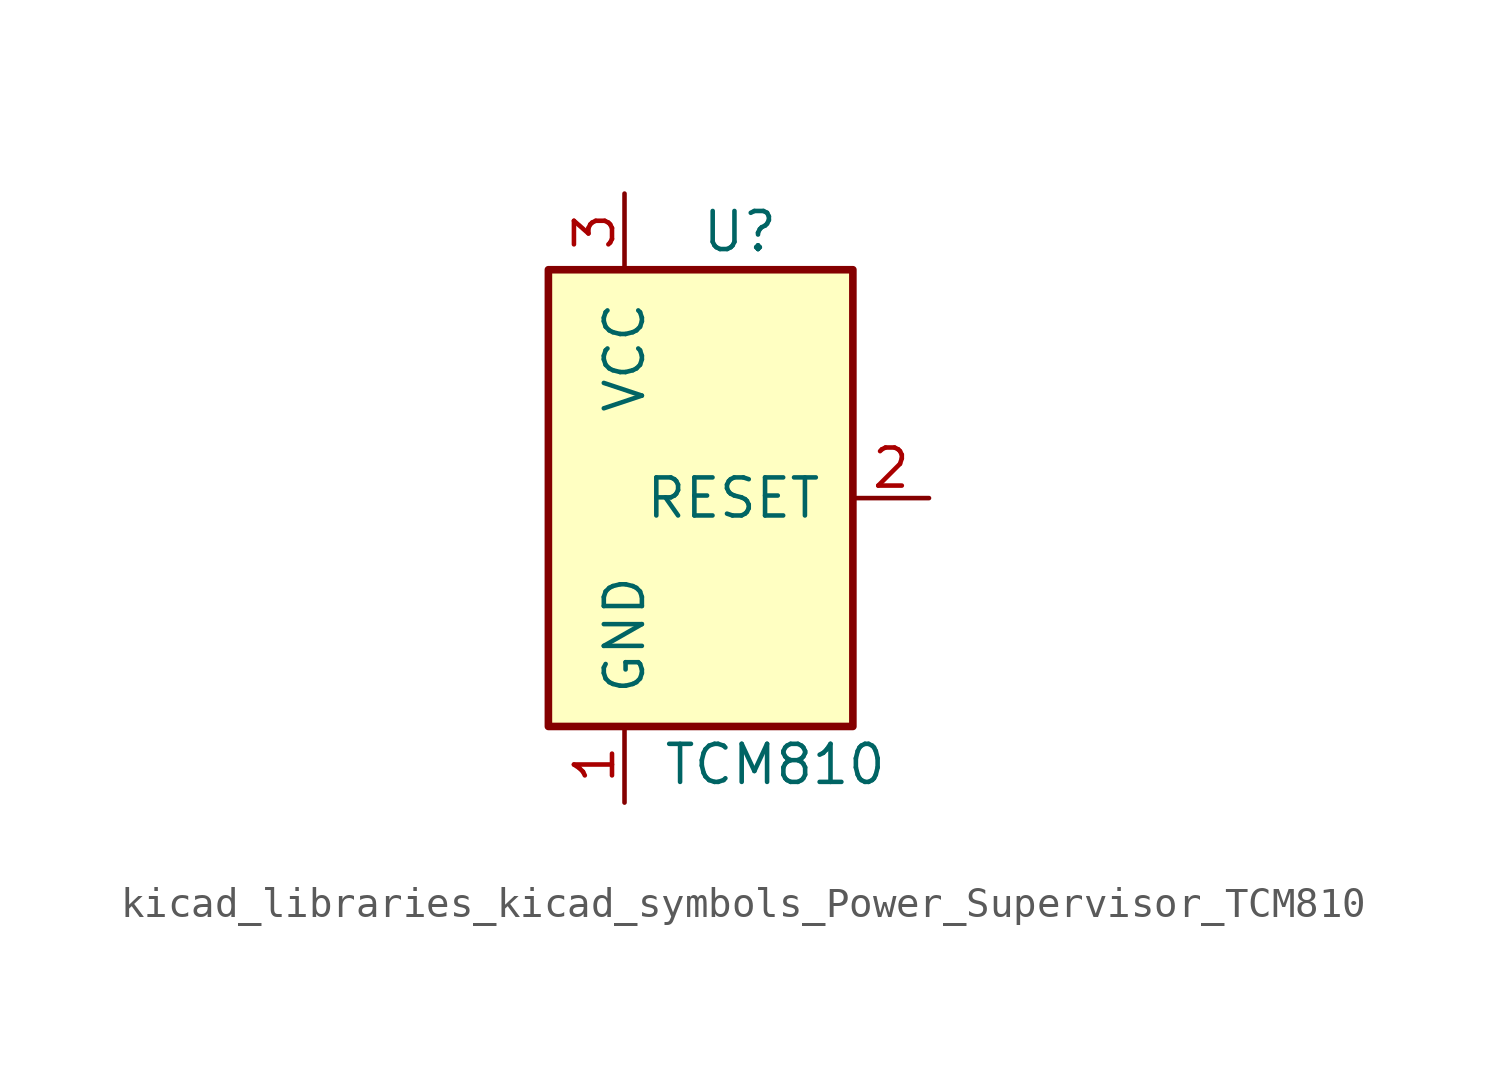
<source format=kicad_sym>
(kicad_symbol_lib
  (version 20220914)
  (generator kicad_symbol_editor)
  (symbol "kicad_libraries_kicad_symbols_Power_Supervisor_TCM810"
    (pin_names
      (offset 1.016))
    (property "Reference" "U"
      (at 0 8.89 0)
      (effects (font (size 1.27 1.27)) (justify left)))
    (property "Value" "TCM810"
      (at -1.27 -8.89 0)
      (effects (font (size 1.27 1.27)) (justify left)))
    (symbol "kicad_libraries_kicad_symbols_Power_Supervisor_TCM810_1_1"
      (rectangle (start -5.08 7.62) (end 5.08 -7.62) (stroke (width 0.254) (type default)) (fill (type background)))
      (pin power_in line (at -2.54 -10.16 90) (length 2.54) (name "GND" (effects (font (size 1.27 1.27)))) (number "1" (effects (font (size 1.27 1.27)))))
      (pin output line (at 7.62 0 180) (length 2.54) (name "RESET" (effects (font (size 1.27 1.27)))) (number "2" (effects (font (size 1.27 1.27)))))
      (pin power_in line (at -2.54 10.16 270) (length 2.54) (name "VCC" (effects (font (size 1.27 1.27)))) (number "3" (effects (font (size 1.27 1.27))))))))
</source>
